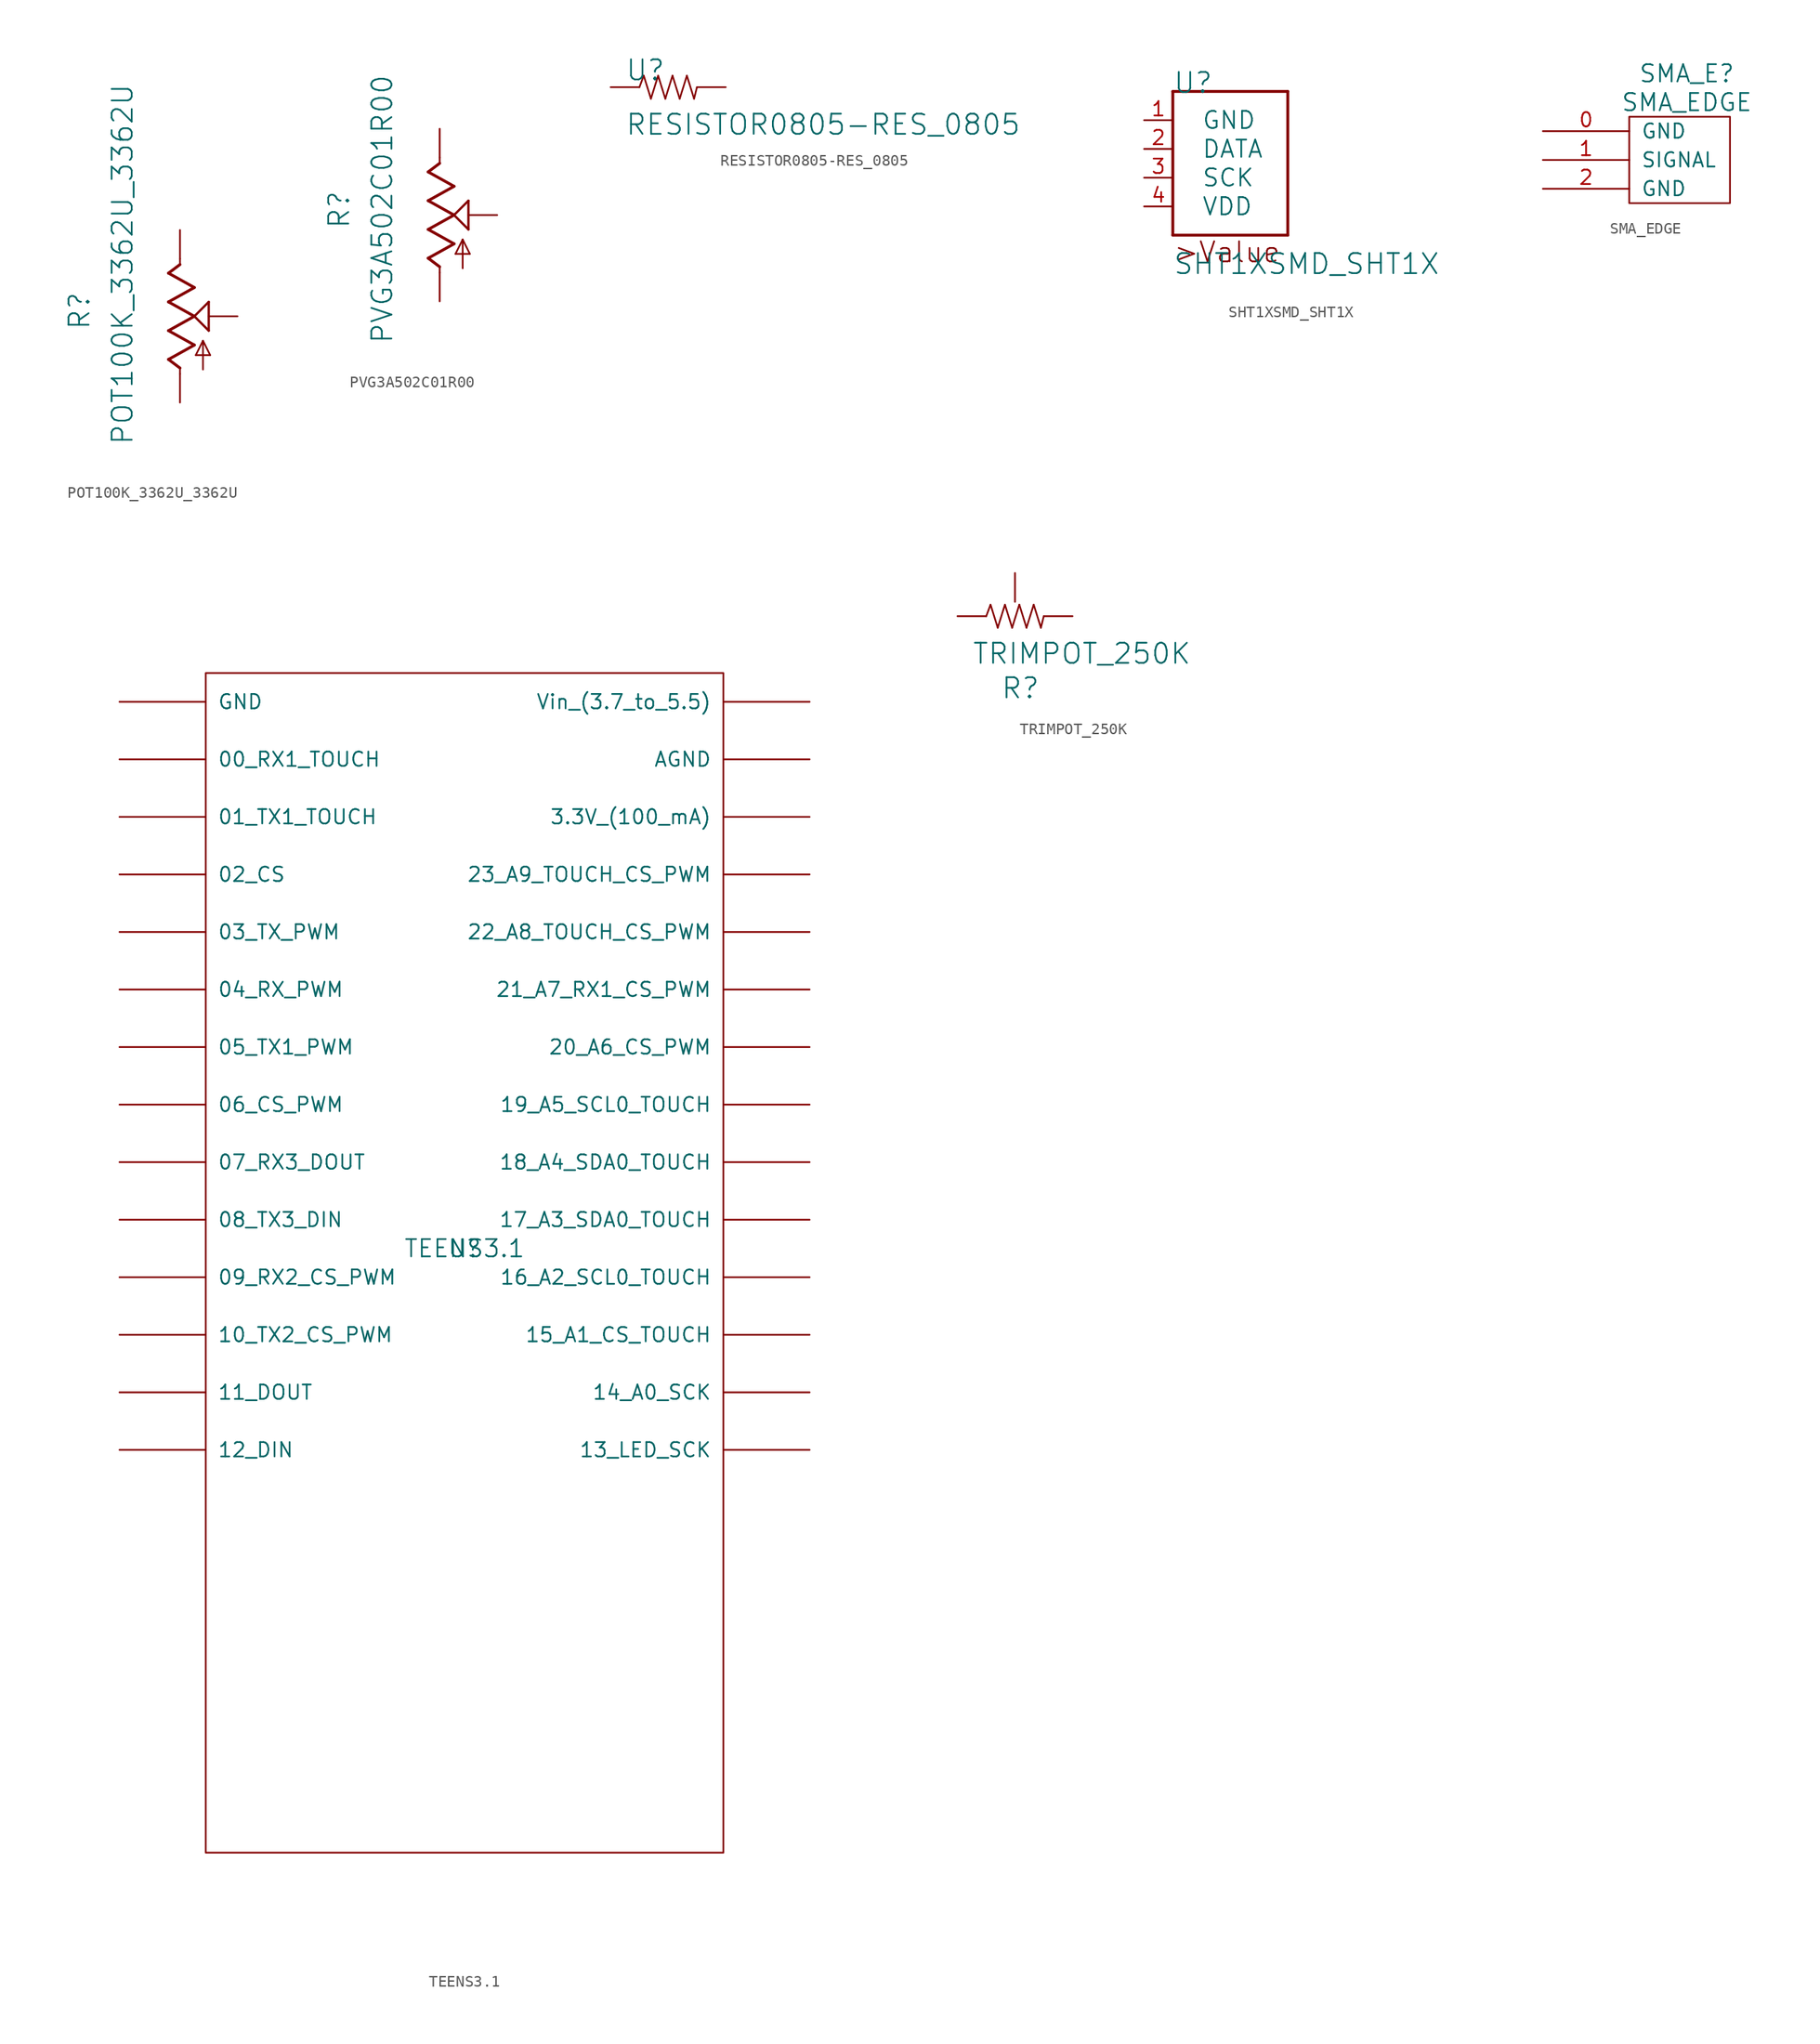
<source format=kicad_sym>
(kicad_symbol_lib
  (version 20211014)
  (generator kicad_symbol_editor)
  (symbol "POT100K_3362U_3362U"
    (pin_names
      (offset 2.54))
    (property "Reference" "R"
      (at -8.89 -1.27 90)
      (effects (font (size 1.778 1.778)) (justify left)))
    (property "Value" "POT100K_3362U_3362U"
      (at -5.08 -11.43 90)
      (effects (font (size 1.778 1.778)) (justify left)))
    (property "Footprint" ""
      (at 0 0 0)
      (effects (font (size 1.524 1.524))))
    (property "Datasheet" ""
      (at 0 0 0)
      (effects (font (size 1.524 1.524))))
    (symbol "POT100K_3362U_3362U_0_0"
      (polyline (pts (xy -1.016 -3.81) (xy 1.27 -2.54)) (stroke (width 0.254) (type default) (color 0 0 0 0)) (fill (type none)))
      (polyline (pts (xy -1.016 -1.27) (xy 1.27 0)) (stroke (width 0.254) (type default) (color 0 0 0 0)) (fill (type none)))
      (polyline (pts (xy -1.016 1.27) (xy 1.27 2.54)) (stroke (width 0.254) (type default) (color 0 0 0 0)) (fill (type none)))
      (polyline (pts (xy -1.016 3.81) (xy 0 4.572)) (stroke (width 0.254) (type default) (color 0 0 0 0)) (fill (type none)))
      (polyline (pts (xy 0 -5.08) (xy 0 -4.572)) (stroke (width 0.152) (type default) (color 0 0 0 0)) (fill (type none)))
      (polyline (pts (xy 0 -4.572) (xy -1.016 -3.81)) (stroke (width 0.254) (type default) (color 0 0 0 0)) (fill (type none)))
      (polyline (pts (xy 0 4.572) (xy 0 5.08)) (stroke (width 0.152) (type default) (color 0 0 0 0)) (fill (type none)))
      (polyline (pts (xy 1.27 -2.54) (xy -1.016 -1.27)) (stroke (width 0.254) (type default) (color 0 0 0 0)) (fill (type none)))
      (polyline (pts (xy 1.27 0) (xy -1.016 1.27)) (stroke (width 0.254) (type default) (color 0 0 0 0)) (fill (type none)))
      (polyline (pts (xy 1.27 0) (xy 2.54 1.27)) (stroke (width 0.203) (type default) (color 0 0 0 0)) (fill (type none)))
      (polyline (pts (xy 1.27 2.54) (xy -1.016 3.81)) (stroke (width 0.254) (type default) (color 0 0 0 0)) (fill (type none)))
      (polyline (pts (xy 1.397 -3.429) (xy 2.032 -2.159)) (stroke (width 0.152) (type default) (color 0 0 0 0)) (fill (type none)))
      (polyline (pts (xy 2.032 -4.699) (xy 2.032 -2.159)) (stroke (width 0.152) (type default) (color 0 0 0 0)) (fill (type none)))
      (polyline (pts (xy 2.032 -2.159) (xy 2.667 -3.429)) (stroke (width 0.152) (type default) (color 0 0 0 0)) (fill (type none)))
      (polyline (pts (xy 2.54 -1.27) (xy 1.27 0)) (stroke (width 0.203) (type default) (color 0 0 0 0)) (fill (type none)))
      (polyline (pts (xy 2.54 1.27) (xy 2.54 -1.27)) (stroke (width 0.203) (type default) (color 0 0 0 0)) (fill (type none)))
      (polyline (pts (xy 2.667 -3.429) (xy 1.397 -3.429)) (stroke (width 0.152) (type default) (color 0 0 0 0)) (fill (type none)))
      (pin passive line (at 0 7.62 270) (length 2.54) (name "E" (effects (font (size 0 0)))) (number "1" (effects (font (size 0 0)))))
      (pin passive line (at 5.08 0 180) (length 2.54) (name "S" (effects (font (size 0 0)))) (number "2" (effects (font (size 0 0)))))
      (pin passive line (at 0 -7.62 90) (length 2.54) (name "A" (effects (font (size 0 0)))) (number "3" (effects (font (size 0 0)))))))
  (symbol "PVG3A502C01R00"
    (pin_names
      (offset 2.54))
    (property "Reference" "R"
      (at -8.89 -1.27 90)
      (effects (font (size 1.778 1.778)) (justify left)))
    (property "Value" "PVG3A502C01R00"
      (at -5.08 -11.43 90)
      (effects (font (size 1.778 1.778)) (justify left)))
    (property "Footprint" ""
      (at 0 0 0)
      (effects (font (size 1.524 1.524))))
    (property "Datasheet" ""
      (at 0 0 0)
      (effects (font (size 1.524 1.524))))
    (symbol "PVG3A502C01R00_0_0"
      (polyline (pts (xy -1.016 -3.81) (xy 1.27 -2.54)) (stroke (width 0.254) (type default) (color 0 0 0 0)) (fill (type none)))
      (polyline (pts (xy -1.016 -1.27) (xy 1.27 0)) (stroke (width 0.254) (type default) (color 0 0 0 0)) (fill (type none)))
      (polyline (pts (xy -1.016 1.27) (xy 1.27 2.54)) (stroke (width 0.254) (type default) (color 0 0 0 0)) (fill (type none)))
      (polyline (pts (xy -1.016 3.81) (xy 0 4.572)) (stroke (width 0.254) (type default) (color 0 0 0 0)) (fill (type none)))
      (polyline (pts (xy 0 -5.08) (xy 0 -4.572)) (stroke (width 0.152) (type default) (color 0 0 0 0)) (fill (type none)))
      (polyline (pts (xy 0 -4.572) (xy -1.016 -3.81)) (stroke (width 0.254) (type default) (color 0 0 0 0)) (fill (type none)))
      (polyline (pts (xy 0 4.572) (xy 0 5.08)) (stroke (width 0.152) (type default) (color 0 0 0 0)) (fill (type none)))
      (polyline (pts (xy 1.27 -2.54) (xy -1.016 -1.27)) (stroke (width 0.254) (type default) (color 0 0 0 0)) (fill (type none)))
      (polyline (pts (xy 1.27 0) (xy -1.016 1.27)) (stroke (width 0.254) (type default) (color 0 0 0 0)) (fill (type none)))
      (polyline (pts (xy 1.27 0) (xy 2.54 1.27)) (stroke (width 0.203) (type default) (color 0 0 0 0)) (fill (type none)))
      (polyline (pts (xy 1.27 2.54) (xy -1.016 3.81)) (stroke (width 0.254) (type default) (color 0 0 0 0)) (fill (type none)))
      (polyline (pts (xy 1.397 -3.429) (xy 2.032 -2.159)) (stroke (width 0.152) (type default) (color 0 0 0 0)) (fill (type none)))
      (polyline (pts (xy 2.032 -4.699) (xy 2.032 -2.159)) (stroke (width 0.152) (type default) (color 0 0 0 0)) (fill (type none)))
      (polyline (pts (xy 2.032 -2.159) (xy 2.667 -3.429)) (stroke (width 0.152) (type default) (color 0 0 0 0)) (fill (type none)))
      (polyline (pts (xy 2.54 -1.27) (xy 1.27 0)) (stroke (width 0.203) (type default) (color 0 0 0 0)) (fill (type none)))
      (polyline (pts (xy 2.54 1.27) (xy 2.54 -1.27)) (stroke (width 0.203) (type default) (color 0 0 0 0)) (fill (type none)))
      (polyline (pts (xy 2.667 -3.429) (xy 1.397 -3.429)) (stroke (width 0.152) (type default) (color 0 0 0 0)) (fill (type none)))
      (pin passive line (at 0 7.62 270) (length 2.54) (name "E" (effects (font (size 0 0)))) (number "1" (effects (font (size 0 0)))))
      (pin passive line (at 5.08 0 180) (length 2.54) (name "S" (effects (font (size 0 0)))) (number "2" (effects (font (size 0 0)))))
      (pin passive line (at 0 -7.62 90) (length 2.54) (name "A" (effects (font (size 0 0)))) (number "3" (effects (font (size 0 0)))))))
  (symbol "RESISTOR0805-RES_0805"
    (pin_names
      (offset 2.54))
    (property "Reference" "U"
      (at -3.81 1.499 0)
      (effects (font (size 1.778 1.778)) (justify left)))
    (property "Value" "RESISTOR0805-RES_0805"
      (at -3.81 -3.302 0)
      (effects (font (size 1.778 1.778)) (justify left)))
    (property "Footprint" ""
      (at 0 0 0)
      (effects (font (size 1.524 1.524))))
    (property "Datasheet" ""
      (at 0 0 0)
      (effects (font (size 1.524 1.524))))
    (symbol "RESISTOR0805-RES_0805_0_0"
      (polyline (pts (xy -2.54 0) (xy -2.159 1.016)) (stroke (width 0.152) (type default) (color 0 0 0 0)) (fill (type none)))
      (polyline (pts (xy -2.159 1.016) (xy -1.524 -1.016)) (stroke (width 0.152) (type default) (color 0 0 0 0)) (fill (type none)))
      (polyline (pts (xy -1.524 -1.016) (xy -0.889 1.016)) (stroke (width 0.152) (type default) (color 0 0 0 0)) (fill (type none)))
      (polyline (pts (xy -0.889 1.016) (xy -0.254 -1.016)) (stroke (width 0.152) (type default) (color 0 0 0 0)) (fill (type none)))
      (polyline (pts (xy -0.254 -1.016) (xy 0.381 1.016)) (stroke (width 0.152) (type default) (color 0 0 0 0)) (fill (type none)))
      (polyline (pts (xy 0.381 1.016) (xy 1.016 -1.016)) (stroke (width 0.152) (type default) (color 0 0 0 0)) (fill (type none)))
      (polyline (pts (xy 1.016 -1.016) (xy 1.651 1.016)) (stroke (width 0.152) (type default) (color 0 0 0 0)) (fill (type none)))
      (polyline (pts (xy 1.651 1.016) (xy 2.286 -1.016)) (stroke (width 0.152) (type default) (color 0 0 0 0)) (fill (type none)))
      (polyline (pts (xy 2.286 -1.016) (xy 2.54 0)) (stroke (width 0.152) (type default) (color 0 0 0 0)) (fill (type none)))
      (pin passive line (at -5.08 0 0) (length 2.54) (name "1" (effects (font (size 0 0)))) (number "1" (effects (font (size 0 0)))))
      (pin passive line (at 5.08 0 180) (length 2.54) (name "2" (effects (font (size 0 0)))) (number "2" (effects (font (size 0 0)))))))
  (symbol "SHT1XSMD_SHT1X"
    (pin_names
      (offset 2.54))
    (property "Reference" "U"
      (at -5.08 8.382 0)
      (effects (font (size 1.778 1.778)) (justify left)))
    (property "Value" "SHT1XSMD_SHT1X"
      (at -5.08 -7.62 0)
      (effects (font (size 1.778 1.778)) (justify left)))
    (property "Footprint" ""
      (at 0 0 0)
      (effects (font (size 1.524 1.524))))
    (property "Datasheet" ""
      (at 0 0 0)
      (effects (font (size 1.524 1.524))))
    (symbol "SHT1XSMD_SHT1X_0_0"
      (polyline (pts (xy -5.08 -5.08) (xy -5.08 7.62)) (stroke (width 0.254) (type default) (color 0 0 0 0)) (fill (type none)))
      (polyline (pts (xy -5.08 7.62) (xy 5.08 7.62)) (stroke (width 0.254) (type default) (color 0 0 0 0)) (fill (type none)))
      (polyline (pts (xy 5.08 -5.08) (xy -5.08 -5.08)) (stroke (width 0.254) (type default) (color 0 0 0 0)) (fill (type none)))
      (polyline (pts (xy 5.08 7.62) (xy 5.08 -5.08)) (stroke (width 0.254) (type default) (color 0 0 0 0)) (fill (type none)))
      (text ">Value" (at -5.08 -7.62 0) (effects (font (size 1.778 1.778)) (justify left bottom)))
      (pin power_in line (at -7.62 5.08 0) (length 2.54) (name "GND" (effects (font (size 1.524 1.524)))) (number "1" (effects (font (size 1.27 1.27)))))
      (pin bidirectional line (at -7.62 2.54 0) (length 2.54) (name "DATA" (effects (font (size 1.524 1.524)))) (number "2" (effects (font (size 1.27 1.27)))))
      (pin input line (at -7.62 0 0) (length 2.54) (name "SCK" (effects (font (size 1.524 1.524)))) (number "3" (effects (font (size 1.27 1.27)))))
      (pin power_in line (at -7.62 -2.54 0) (length 2.54) (name "VDD" (effects (font (size 1.524 1.524)))) (number "4" (effects (font (size 1.27 1.27)))))))
  (symbol "SMA_EDGE"
    (pin_names
      (offset 1.016))
    (property "Reference" "SMA_E"
      (at 3.81 7.62 0)
      (effects (font (size 1.524 1.524))))
    (property "Value" "SMA_EDGE"
      (at 3.81 5.08 0)
      (effects (font (size 1.524 1.524))))
    (property "Footprint" ""
      (at 0 0 0)
      (effects (font (size 1.524 1.524))))
    (property "Datasheet" ""
      (at 0 0 0)
      (effects (font (size 1.524 1.524))))
    (symbol "SMA_EDGE_0_1"
      (rectangle (start -1.27 3.81) (end 7.62 -3.81) (stroke (width 0) (type default) (color 0 0 0 0)) (fill (type none))))
    (symbol "SMA_EDGE_1_1"
      (pin bidirectional line (at -8.89 2.54 0) (length 7.62) (name "GND" (effects (font (size 1.27 1.27)))) (number "0" (effects (font (size 1.27 1.27)))))
      (pin bidirectional line (at -8.89 0 0) (length 7.62) (name "SIGNAL" (effects (font (size 1.27 1.27)))) (number "1" (effects (font (size 1.27 1.27)))))
      (pin bidirectional line (at -8.89 -2.54 0) (length 7.62) (name "GND" (effects (font (size 1.27 1.27)))) (number "2" (effects (font (size 1.27 1.27)))))))
  (symbol "TEENS3.1"
    (pin_names
      (offset 1.016))
    (property "Reference" "U"
      (at 0 0 0)
      (effects (font (size 1.524 1.524))))
    (property "Value" "TEENS3.1"
      (at 0 0 0)
      (effects (font (size 1.524 1.524))))
    (property "Footprint" ""
      (at 0 0 0)
      (effects (font (size 1.524 1.524))))
    (property "Datasheet" ""
      (at 0 0 0)
      (effects (font (size 1.524 1.524))))
    (symbol "TEENS3.1_0_1"
      (rectangle (start -22.86 50.8) (end 22.86 -53.34) (stroke (width 0) (type default) (color 0 0 0 0)) (fill (type none))))
    (symbol "TEENS3.1_1_1"
      (pin bidirectional line (at -30.48 43.18 0) (length 7.62) (name "00_RX1_TOUCH" (effects (font (size 1.27 1.27)))) (number "~" (effects (font (size 1.27 1.27)))))
      (pin bidirectional line (at -30.48 38.1 0) (length 7.62) (name "01_TX1_TOUCH" (effects (font (size 1.27 1.27)))) (number "~" (effects (font (size 1.27 1.27)))))
      (pin bidirectional line (at -30.48 33.02 0) (length 7.62) (name "02_CS" (effects (font (size 1.27 1.27)))) (number "~" (effects (font (size 1.27 1.27)))))
      (pin bidirectional line (at -30.48 27.94 0) (length 7.62) (name "03_TX_PWM" (effects (font (size 1.27 1.27)))) (number "~" (effects (font (size 1.27 1.27)))))
      (pin bidirectional line (at -30.48 22.86 0) (length 7.62) (name "04_RX_PWM" (effects (font (size 1.27 1.27)))) (number "~" (effects (font (size 1.27 1.27)))))
      (pin bidirectional line (at -30.48 17.78 0) (length 7.62) (name "05_TX1_PWM" (effects (font (size 1.27 1.27)))) (number "~" (effects (font (size 1.27 1.27)))))
      (pin bidirectional line (at -30.48 12.7 0) (length 7.62) (name "06_CS_PWM" (effects (font (size 1.27 1.27)))) (number "~" (effects (font (size 1.27 1.27)))))
      (pin bidirectional line (at -30.48 7.62 0) (length 7.62) (name "07_RX3_DOUT" (effects (font (size 1.27 1.27)))) (number "~" (effects (font (size 1.27 1.27)))))
      (pin bidirectional line (at -30.48 2.54 0) (length 7.62) (name "08_TX3_DIN" (effects (font (size 1.27 1.27)))) (number "~" (effects (font (size 1.27 1.27)))))
      (pin bidirectional line (at -30.48 -2.54 0) (length 7.62) (name "09_RX2_CS_PWM" (effects (font (size 1.27 1.27)))) (number "~" (effects (font (size 1.27 1.27)))))
      (pin bidirectional line (at -30.48 -7.62 0) (length 7.62) (name "10_TX2_CS_PWM" (effects (font (size 1.27 1.27)))) (number "~" (effects (font (size 1.27 1.27)))))
      (pin bidirectional line (at -30.48 -12.7 0) (length 7.62) (name "11_DOUT" (effects (font (size 1.27 1.27)))) (number "~" (effects (font (size 1.27 1.27)))))
      (pin bidirectional line (at -30.48 -17.78 0) (length 7.62) (name "12_DIN" (effects (font (size 1.27 1.27)))) (number "~" (effects (font (size 1.27 1.27)))))
      (pin bidirectional line (at 30.48 -17.78 180) (length 7.62) (name "13_LED_SCK" (effects (font (size 1.27 1.27)))) (number "~" (effects (font (size 1.27 1.27)))))
      (pin bidirectional line (at 30.48 -12.7 180) (length 7.62) (name "14_A0_SCK" (effects (font (size 1.27 1.27)))) (number "~" (effects (font (size 1.27 1.27)))))
      (pin bidirectional line (at 30.48 -7.62 180) (length 7.62) (name "15_A1_CS_TOUCH" (effects (font (size 1.27 1.27)))) (number "~" (effects (font (size 1.27 1.27)))))
      (pin bidirectional line (at 30.48 -2.54 180) (length 7.62) (name "16_A2_SCL0_TOUCH" (effects (font (size 1.27 1.27)))) (number "~" (effects (font (size 1.27 1.27)))))
      (pin bidirectional line (at 30.48 2.54 180) (length 7.62) (name "17_A3_SDA0_TOUCH" (effects (font (size 1.27 1.27)))) (number "~" (effects (font (size 1.27 1.27)))))
      (pin bidirectional line (at 30.48 7.62 180) (length 7.62) (name "18_A4_SDA0_TOUCH" (effects (font (size 1.27 1.27)))) (number "~" (effects (font (size 1.27 1.27)))))
      (pin bidirectional line (at 30.48 12.7 180) (length 7.62) (name "19_A5_SCL0_TOUCH" (effects (font (size 1.27 1.27)))) (number "~" (effects (font (size 1.27 1.27)))))
      (pin bidirectional line (at 30.48 17.78 180) (length 7.62) (name "20_A6_CS_PWM" (effects (font (size 1.27 1.27)))) (number "~" (effects (font (size 1.27 1.27)))))
      (pin bidirectional line (at 30.48 22.86 180) (length 7.62) (name "21_A7_RX1_CS_PWM" (effects (font (size 1.27 1.27)))) (number "~" (effects (font (size 1.27 1.27)))))
      (pin bidirectional line (at 30.48 27.94 180) (length 7.62) (name "22_A8_TOUCH_CS_PWM" (effects (font (size 1.27 1.27)))) (number "~" (effects (font (size 1.27 1.27)))))
      (pin bidirectional line (at 30.48 33.02 180) (length 7.62) (name "23_A9_TOUCH_CS_PWM" (effects (font (size 1.27 1.27)))) (number "~" (effects (font (size 1.27 1.27)))))
      (pin output line (at 30.48 38.1 180) (length 7.62) (name "3.3V_(100_mA)" (effects (font (size 1.27 1.27)))) (number "~" (effects (font (size 1.27 1.27)))))
      (pin bidirectional line (at 30.48 43.18 180) (length 7.62) (name "AGND" (effects (font (size 1.27 1.27)))) (number "~" (effects (font (size 1.27 1.27)))))
      (pin output line (at -30.48 48.26 0) (length 7.62) (name "GND" (effects (font (size 1.27 1.27)))) (number "~" (effects (font (size 1.27 1.27)))))
      (pin output line (at 30.48 48.26 180) (length 7.62) (name "Vin_(3.7_to_5.5)" (effects (font (size 1.27 1.27)))) (number "~" (effects (font (size 1.27 1.27)))))))
  (symbol "TRIMPOT_250K"
    (pin_names
      (offset 2.54))
    (property "Reference" "R"
      (at -1.27 -6.35 0)
      (effects (font (size 1.778 1.778)) (justify left)))
    (property "Value" "TRIMPOT_250K"
      (at -3.81 -3.302 0)
      (effects (font (size 1.778 1.778)) (justify left)))
    (property "Footprint" ""
      (at 0 0 0)
      (effects (font (size 1.524 1.524))))
    (property "Datasheet" ""
      (at 0 0 0)
      (effects (font (size 1.524 1.524))))
    (symbol "TRIMPOT_250K_0_0"
      (polyline (pts (xy -2.54 0) (xy -2.159 1.016)) (stroke (width 0.152) (type default) (color 0 0 0 0)) (fill (type none)))
      (polyline (pts (xy -2.159 1.016) (xy -1.524 -1.016)) (stroke (width 0.152) (type default) (color 0 0 0 0)) (fill (type none)))
      (polyline (pts (xy -1.524 -1.016) (xy -0.889 1.016)) (stroke (width 0.152) (type default) (color 0 0 0 0)) (fill (type none)))
      (polyline (pts (xy -0.889 1.016) (xy -0.254 -1.016)) (stroke (width 0.152) (type default) (color 0 0 0 0)) (fill (type none)))
      (polyline (pts (xy -0.254 -1.016) (xy 0.381 1.016)) (stroke (width 0.152) (type default) (color 0 0 0 0)) (fill (type none)))
      (polyline (pts (xy 0.381 1.016) (xy 1.016 -1.016)) (stroke (width 0.152) (type default) (color 0 0 0 0)) (fill (type none)))
      (polyline (pts (xy 1.016 -1.016) (xy 1.651 1.016)) (stroke (width 0.152) (type default) (color 0 0 0 0)) (fill (type none)))
      (polyline (pts (xy 1.651 1.016) (xy 2.286 -1.016)) (stroke (width 0.152) (type default) (color 0 0 0 0)) (fill (type none)))
      (polyline (pts (xy 2.286 -1.016) (xy 2.54 0)) (stroke (width 0.152) (type default) (color 0 0 0 0)) (fill (type none)))
      (pin passive line (at -5.08 0 0) (length 2.54) (name "1" (effects (font (size 0 0)))) (number "P$1" (effects (font (size 0 0)))))
      (pin passive line (at 5.08 0 180) (length 2.54) (name "2" (effects (font (size 0 0)))) (number "P$2" (effects (font (size 0 0))))))
    (symbol "TRIMPOT_250K_1_1"
      (pin input line (at 0 3.81 270) (length 2.54) (name "~" (effects (font (size 1.27 1.27)))) (number "~" (effects (font (size 1.27 1.27))))))))
</source>
